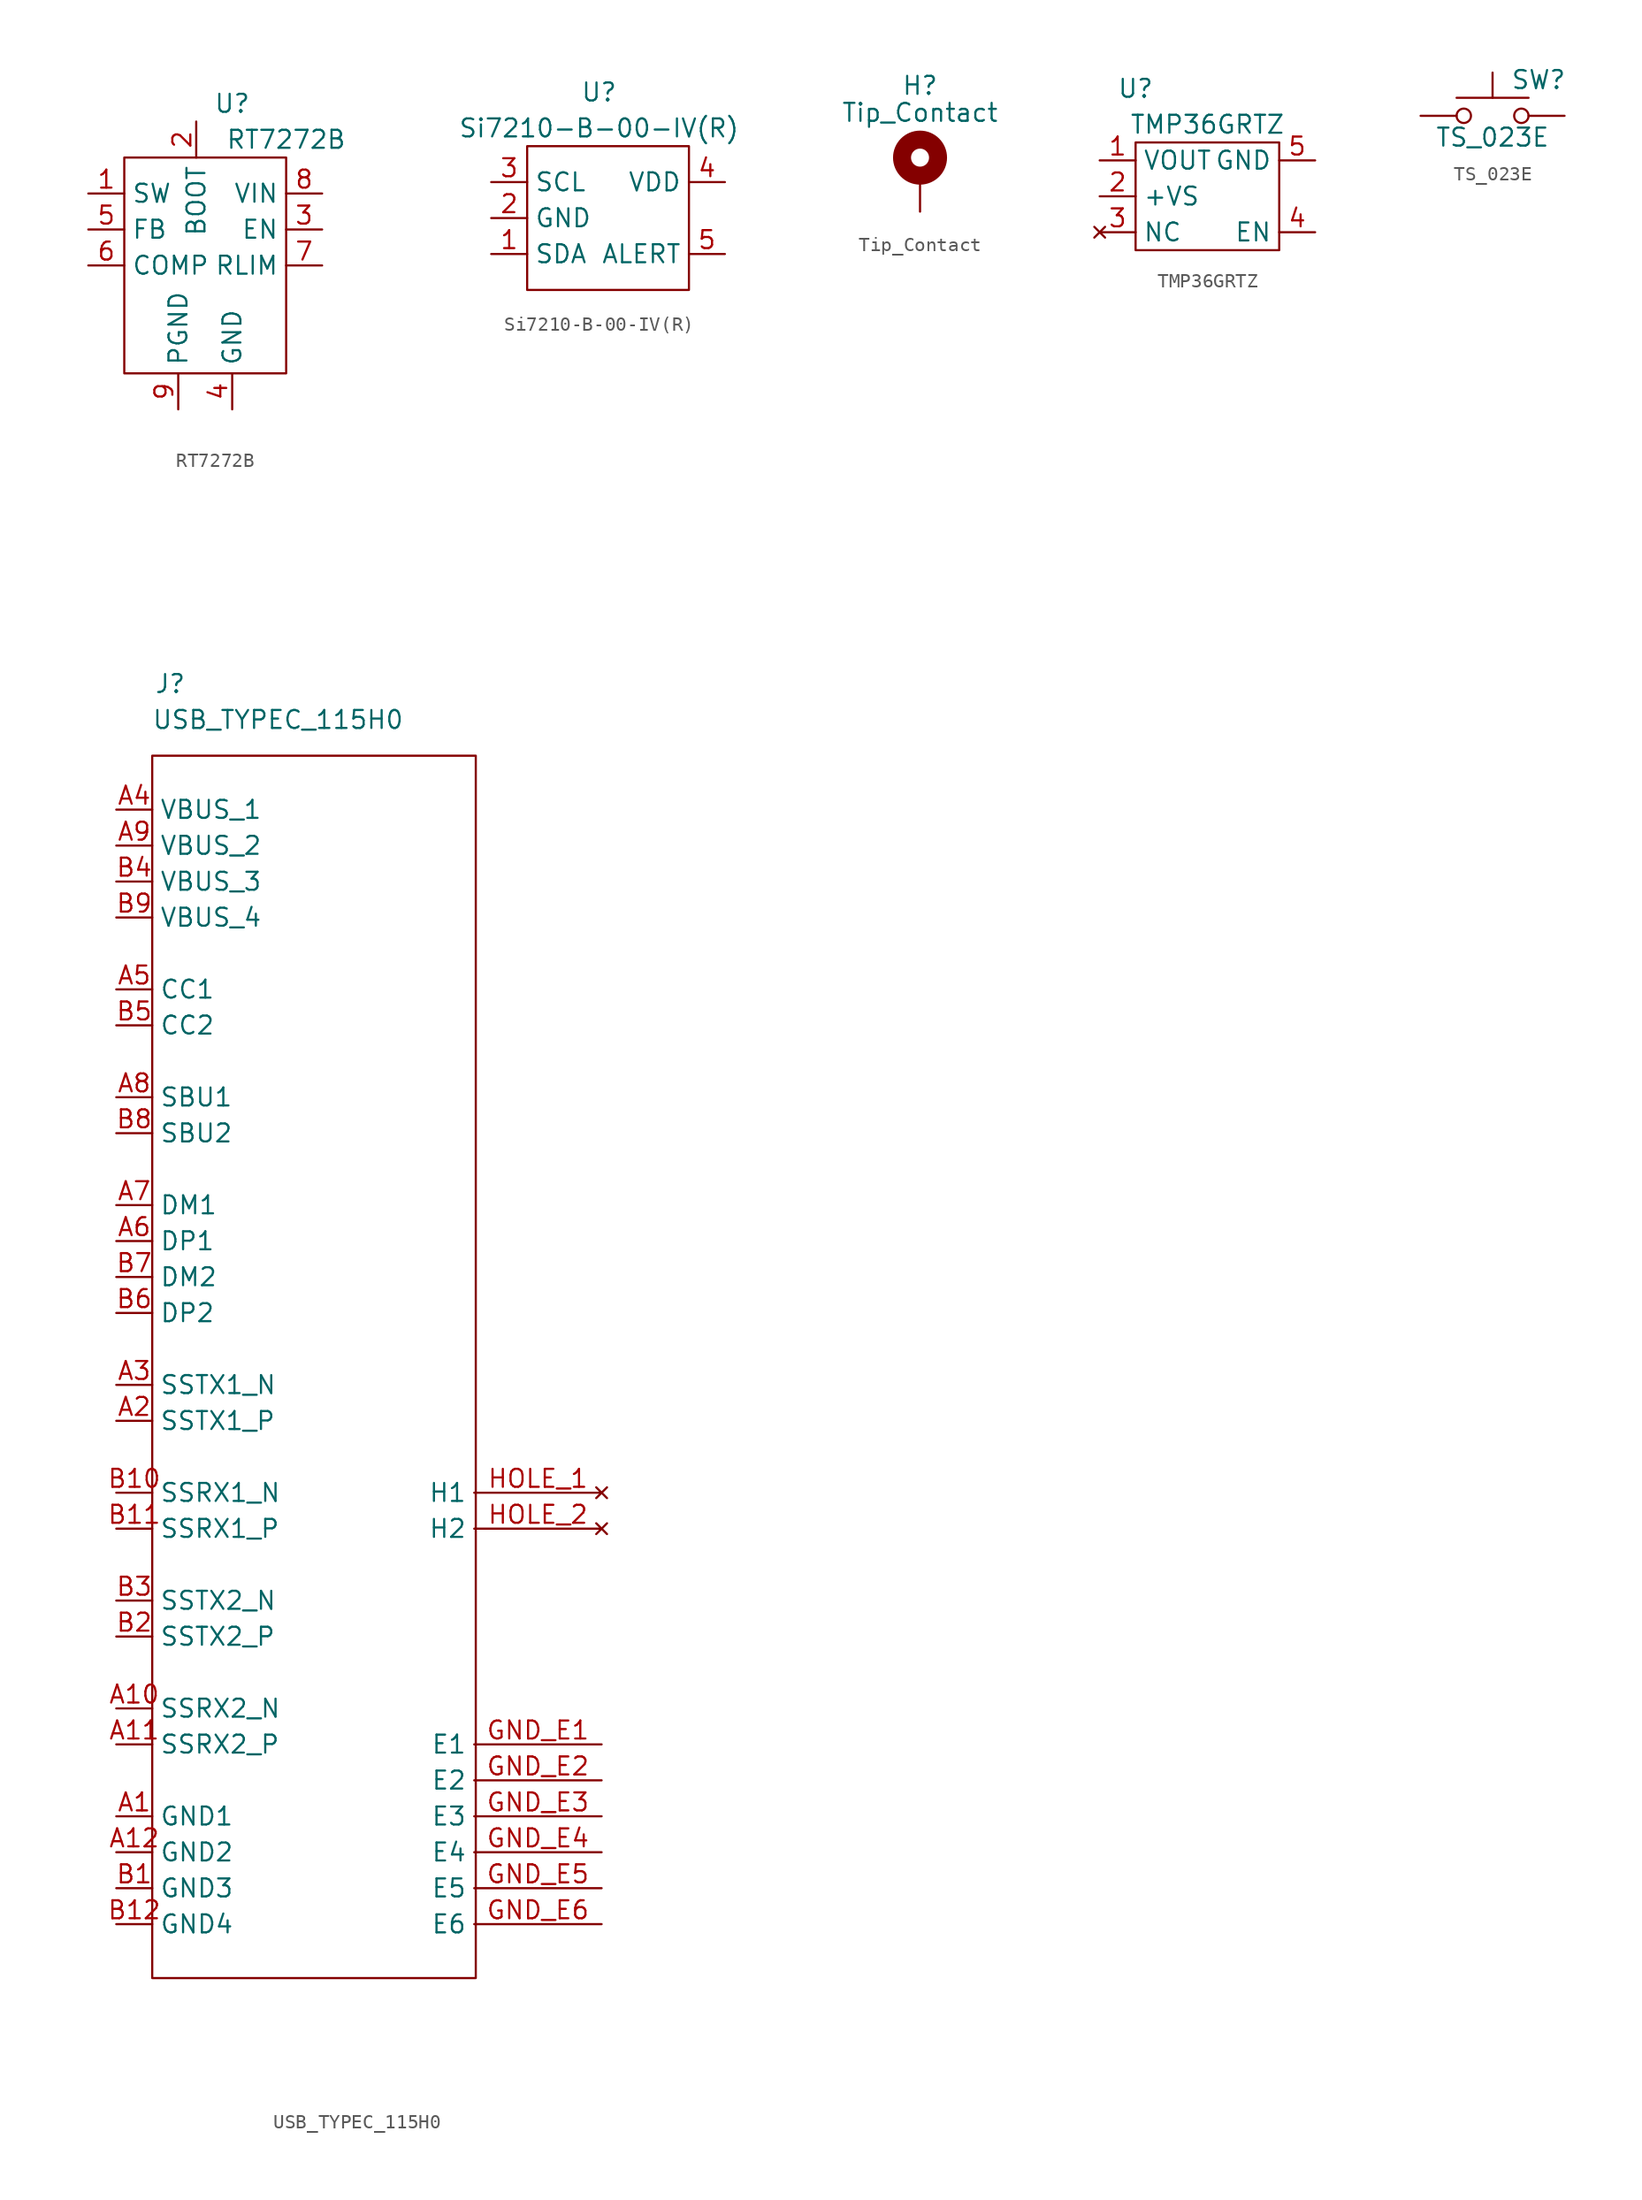
<source format=kicad_sym>
(kicad_symbol_lib
  (version 20211014)
  (generator kicad_symbol_editor)
  (symbol "RT7272B"
    (property "Reference" "U"
      (at 2.54 2.54 0)
      (effects (font (size 1.27 1.27))))
    (property "Value" "RT7272B"
      (at 6.35 0 0)
      (effects (font (size 1.27 1.27))))
    (symbol "RT7272B_0_0"
      (pin unspecified line (at -7.62 -3.81 0) (length 2.54) (name "SW" (effects (font (size 1.27 1.27)))) (number "1" (effects (font (size 1.27 1.27)))))
      (pin unspecified line (at 0 1.27 270) (length 2.54) (name "BOOT" (effects (font (size 1.27 1.27)))) (number "2" (effects (font (size 1.27 1.27)))))
      (pin unspecified line (at 8.89 -6.35 180) (length 2.54) (name "EN" (effects (font (size 1.27 1.27)))) (number "3" (effects (font (size 1.27 1.27)))))
      (pin unspecified line (at 2.54 -19.05 90) (length 2.54) (name "GND" (effects (font (size 1.27 1.27)))) (number "4" (effects (font (size 1.27 1.27)))))
      (pin unspecified line (at -7.62 -6.35 0) (length 2.54) (name "FB" (effects (font (size 1.27 1.27)))) (number "5" (effects (font (size 1.27 1.27)))))
      (pin unspecified line (at -7.62 -8.89 0) (length 2.54) (name "COMP" (effects (font (size 1.27 1.27)))) (number "6" (effects (font (size 1.27 1.27)))))
      (pin unspecified line (at 8.89 -8.89 180) (length 2.54) (name "RLIM" (effects (font (size 1.27 1.27)))) (number "7" (effects (font (size 1.27 1.27)))))
      (pin unspecified line (at 8.89 -3.81 180) (length 2.54) (name "VIN" (effects (font (size 1.27 1.27)))) (number "8" (effects (font (size 1.27 1.27)))))
      (pin unspecified line (at -1.27 -19.05 90) (length 2.54) (name "PGND" (effects (font (size 1.27 1.27)))) (number "9" (effects (font (size 1.27 1.27))))))
    (symbol "RT7272B_0_1"
      (rectangle (start -5.08 -1.27) (end 6.35 -16.51) (stroke (width 0) (type default) (color 0 0 0 0)) (fill (type none)))))
  (symbol "Si7210-B-00-IV(R)"
    (property "Reference" "U"
      (at 0 0 0)
      (effects (font (size 1.27 1.27))))
    (property "Value" "Si7210-B-00-IV(R)"
      (at 0 -2.54 0)
      (effects (font (size 1.27 1.27))))
    (symbol "Si7210-B-00-IV(R)_0_0"
      (pin unspecified line (at -7.62 -11.43 0) (length 2.54) (name "SDA" (effects (font (size 1.27 1.27)))) (number "1" (effects (font (size 1.27 1.27)))))
      (pin unspecified line (at -7.62 -8.89 0) (length 2.54) (name "GND" (effects (font (size 1.27 1.27)))) (number "2" (effects (font (size 1.27 1.27)))))
      (pin unspecified line (at -7.62 -6.35 0) (length 2.54) (name "SCL" (effects (font (size 1.27 1.27)))) (number "3" (effects (font (size 1.27 1.27)))))
      (pin unspecified line (at 8.89 -6.35 180) (length 2.54) (name "VDD" (effects (font (size 1.27 1.27)))) (number "4" (effects (font (size 1.27 1.27)))))
      (pin unspecified line (at 8.89 -11.43 180) (length 2.54) (name "ALERT" (effects (font (size 1.27 1.27)))) (number "5" (effects (font (size 1.27 1.27))))))
    (symbol "Si7210-B-00-IV(R)_0_1"
      (rectangle (start -5.08 -3.81) (end 6.35 -13.97) (stroke (width 0) (type default) (color 0 0 0 0)) (fill (type none)))))
  (symbol "Tip_Contact"
    (pin_numbers hide)
    (pin_names
      (offset 1.016) hide)
    (property "Reference" "H"
      (at 0 6.35 0)
      (effects (font (size 1.27 1.27))))
    (property "Value" "Tip_Contact"
      (at 0 4.445 0)
      (effects (font (size 1.27 1.27))))
    (symbol "Tip_Contact_0_1"
      (circle (center 0 1.27) (radius 1.27) (stroke (width 1.27) (type default) (color 0 0 0 0)) (fill (type none))))
    (symbol "Tip_Contact_1_1"
      (pin input line (at 0 -2.54 90) (length 2.54) (name "1" (effects (font (size 1.27 1.27)))) (number "1" (effects (font (size 1.27 1.27)))))))
  (symbol "TMP36GRTZ"
    (property "Reference" "U"
      (at -5.08 0 0)
      (effects (font (size 1.27 1.27))))
    (property "Value" "TMP36GRTZ"
      (at 0 -2.54 0)
      (effects (font (size 1.27 1.27))))
    (symbol "TMP36GRTZ_0_0"
      (pin unspecified line (at -7.62 -5.08 0) (length 2.54) (name "VOUT" (effects (font (size 1.27 1.27)))) (number "1" (effects (font (size 1.27 1.27)))))
      (pin unspecified line (at -7.62 -7.62 0) (length 2.54) (name "+VS" (effects (font (size 1.27 1.27)))) (number "2" (effects (font (size 1.27 1.27)))))
      (pin no_connect line (at -7.62 -10.16 0) (length 2.54) (name "NC" (effects (font (size 1.27 1.27)))) (number "3" (effects (font (size 1.27 1.27)))))
      (pin unspecified line (at 7.62 -10.16 180) (length 2.54) (name "EN" (effects (font (size 1.27 1.27)))) (number "4" (effects (font (size 1.27 1.27)))))
      (pin unspecified line (at 7.62 -5.08 180) (length 2.54) (name "GND" (effects (font (size 1.27 1.27)))) (number "5" (effects (font (size 1.27 1.27))))))
    (symbol "TMP36GRTZ_0_1"
      (rectangle (start -5.08 -3.81) (end 5.08 -11.43) (stroke (width 0) (type default) (color 0 0 0 0)) (fill (type none)))))
  (symbol "TS_023E"
    (pin_numbers hide)
    (pin_names
      (offset 1.016) hide)
    (property "Reference" "SW"
      (at 1.27 2.54 0)
      (effects (font (size 1.27 1.27)) (justify left)))
    (property "Value" "TS_023E"
      (at 0 -1.524 0)
      (effects (font (size 1.27 1.27))))
    (symbol "TS_023E_0_1"
      (circle (center -2.032 0) (radius 0.508) (stroke (width 0) (type default) (color 0 0 0 0)) (fill (type none)))
      (polyline (pts (xy 0 1.27) (xy 0 3.048)) (stroke (width 0) (type default) (color 0 0 0 0)) (fill (type none)))
      (polyline (pts (xy 2.54 1.27) (xy -2.54 1.27)) (stroke (width 0) (type default) (color 0 0 0 0)) (fill (type none)))
      (circle (center 2.032 0) (radius 0.508) (stroke (width 0) (type default) (color 0 0 0 0)) (fill (type none)))
      (pin passive line (at -5.08 0 0) (length 2.54) (name "1" (effects (font (size 1.27 1.27)))) (number "1" (effects (font (size 1.27 1.27)))))
      (pin passive line (at 5.08 0 180) (length 2.54) (name "2" (effects (font (size 1.27 1.27)))) (number "2" (effects (font (size 1.27 1.27)))))))
  (symbol "USB_TYPEC_115H0"
    (property "Reference" "J"
      (at -7.62 -1.27 0)
      (effects (font (size 1.27 1.27))))
    (property "Value" "USB_TYPEC_115H0"
      (at 0 -3.81 0)
      (effects (font (size 1.27 1.27))))
    (symbol "USB_TYPEC_115H0_0_0"
      (pin unspecified line (at -11.43 -81.28 0) (length 2.54) (name "GND1" (effects (font (size 1.27 1.27)))) (number "A1" (effects (font (size 1.27 1.27)))))
      (pin unspecified line (at -11.43 -73.66 0) (length 2.54) (name "SSRX2_N" (effects (font (size 1.27 1.27)))) (number "A10" (effects (font (size 1.27 1.27)))))
      (pin unspecified line (at -11.43 -76.2 0) (length 2.54) (name "SSRX2_P" (effects (font (size 1.27 1.27)))) (number "A11" (effects (font (size 1.27 1.27)))))
      (pin unspecified line (at -11.43 -83.82 0) (length 2.54) (name "GND2" (effects (font (size 1.27 1.27)))) (number "A12" (effects (font (size 1.27 1.27)))))
      (pin unspecified line (at -11.43 -53.34 0) (length 2.54) (name "SSTX1_P" (effects (font (size 1.27 1.27)))) (number "A2" (effects (font (size 1.27 1.27)))))
      (pin unspecified line (at -11.43 -50.8 0) (length 2.54) (name "SSTX1_N" (effects (font (size 1.27 1.27)))) (number "A3" (effects (font (size 1.27 1.27)))))
      (pin unspecified line (at -11.43 -10.16 0) (length 2.54) (name "VBUS_1" (effects (font (size 1.27 1.27)))) (number "A4" (effects (font (size 1.27 1.27)))))
      (pin unspecified line (at -11.43 -22.86 0) (length 2.54) (name "CC1" (effects (font (size 1.27 1.27)))) (number "A5" (effects (font (size 1.27 1.27)))))
      (pin unspecified line (at -11.43 -40.64 0) (length 2.54) (name "DP1" (effects (font (size 1.27 1.27)))) (number "A6" (effects (font (size 1.27 1.27)))))
      (pin unspecified line (at -11.43 -38.1 0) (length 2.54) (name "DM1" (effects (font (size 1.27 1.27)))) (number "A7" (effects (font (size 1.27 1.27)))))
      (pin unspecified line (at -11.43 -30.48 0) (length 2.54) (name "SBU1" (effects (font (size 1.27 1.27)))) (number "A8" (effects (font (size 1.27 1.27)))))
      (pin unspecified line (at -11.43 -12.7 0) (length 2.54) (name "VBUS_2" (effects (font (size 1.27 1.27)))) (number "A9" (effects (font (size 1.27 1.27)))))
      (pin unspecified line (at -11.43 -86.36 0) (length 2.54) (name "GND3" (effects (font (size 1.27 1.27)))) (number "B1" (effects (font (size 1.27 1.27)))))
      (pin unspecified line (at -11.43 -58.42 0) (length 2.54) (name "SSRX1_N" (effects (font (size 1.27 1.27)))) (number "B10" (effects (font (size 1.27 1.27)))))
      (pin unspecified line (at -11.43 -60.96 0) (length 2.54) (name "SSRX1_P" (effects (font (size 1.27 1.27)))) (number "B11" (effects (font (size 1.27 1.27)))))
      (pin unspecified line (at -11.43 -88.9 0) (length 2.54) (name "GND4" (effects (font (size 1.27 1.27)))) (number "B12" (effects (font (size 1.27 1.27)))))
      (pin unspecified line (at -11.43 -68.58 0) (length 2.54) (name "SSTX2_P" (effects (font (size 1.27 1.27)))) (number "B2" (effects (font (size 1.27 1.27)))))
      (pin unspecified line (at -11.43 -66.04 0) (length 2.54) (name "SSTX2_N" (effects (font (size 1.27 1.27)))) (number "B3" (effects (font (size 1.27 1.27)))))
      (pin unspecified line (at -11.43 -15.24 0) (length 2.54) (name "VBUS_3" (effects (font (size 1.27 1.27)))) (number "B4" (effects (font (size 1.27 1.27)))))
      (pin unspecified line (at -11.43 -25.4 0) (length 2.54) (name "CC2" (effects (font (size 1.27 1.27)))) (number "B5" (effects (font (size 1.27 1.27)))))
      (pin unspecified line (at -11.43 -45.72 0) (length 2.54) (name "DP2" (effects (font (size 1.27 1.27)))) (number "B6" (effects (font (size 1.27 1.27)))))
      (pin unspecified line (at -11.43 -43.18 0) (length 2.54) (name "DM2" (effects (font (size 1.27 1.27)))) (number "B7" (effects (font (size 1.27 1.27)))))
      (pin unspecified line (at -11.43 -33.02 0) (length 2.54) (name "SBU2" (effects (font (size 1.27 1.27)))) (number "B8" (effects (font (size 1.27 1.27)))))
      (pin unspecified line (at -11.43 -17.78 0) (length 2.54) (name "VBUS_4" (effects (font (size 1.27 1.27)))) (number "B9" (effects (font (size 1.27 1.27)))))
      (pin unspecified line (at 22.86 -76.2 180) (length 9) (name "E1" (effects (font (size 1.27 1.27)))) (number "GND_E1" (effects (font (size 1.27 1.27)))))
      (pin unspecified line (at 22.86 -78.74 180) (length 9) (name "E2" (effects (font (size 1.27 1.27)))) (number "GND_E2" (effects (font (size 1.27 1.27)))))
      (pin unspecified line (at 22.86 -81.28 180) (length 9) (name "E3" (effects (font (size 1.27 1.27)))) (number "GND_E3" (effects (font (size 1.27 1.27)))))
      (pin unspecified line (at 22.86 -83.82 180) (length 9) (name "E4" (effects (font (size 1.27 1.27)))) (number "GND_E4" (effects (font (size 1.27 1.27)))))
      (pin unspecified line (at 22.86 -86.36 180) (length 9) (name "E5" (effects (font (size 1.27 1.27)))) (number "GND_E5" (effects (font (size 1.27 1.27)))))
      (pin unspecified line (at 22.86 -88.9 180) (length 9) (name "E6" (effects (font (size 1.27 1.27)))) (number "GND_E6" (effects (font (size 1.27 1.27)))))
      (pin no_connect line (at 22.86 -58.42 180) (length 9) (name "H1" (effects (font (size 1.27 1.27)))) (number "HOLE_1" (effects (font (size 1.27 1.27)))))
      (pin no_connect line (at 22.86 -60.96 180) (length 9) (name "H2" (effects (font (size 1.27 1.27)))) (number "HOLE_2" (effects (font (size 1.27 1.27))))))
    (symbol "USB_TYPEC_115H0_0_1"
      (rectangle (start -8.89 -6.35) (end 13.97 -92.71) (stroke (width 0) (type default) (color 0 0 0 0)) (fill (type none))))))
</source>
